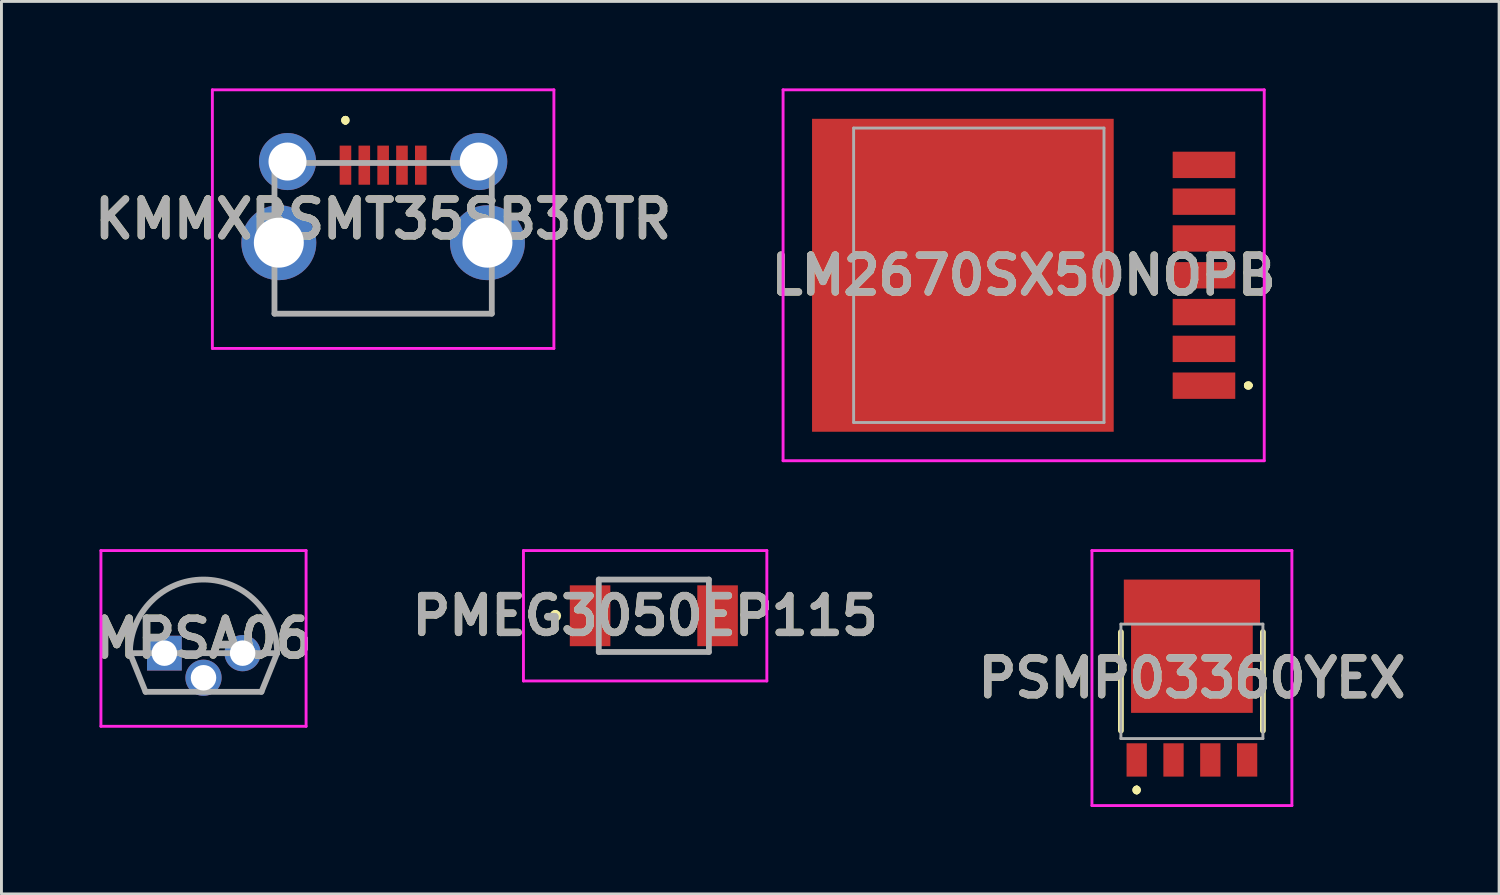
<source format=kicad_pcb>
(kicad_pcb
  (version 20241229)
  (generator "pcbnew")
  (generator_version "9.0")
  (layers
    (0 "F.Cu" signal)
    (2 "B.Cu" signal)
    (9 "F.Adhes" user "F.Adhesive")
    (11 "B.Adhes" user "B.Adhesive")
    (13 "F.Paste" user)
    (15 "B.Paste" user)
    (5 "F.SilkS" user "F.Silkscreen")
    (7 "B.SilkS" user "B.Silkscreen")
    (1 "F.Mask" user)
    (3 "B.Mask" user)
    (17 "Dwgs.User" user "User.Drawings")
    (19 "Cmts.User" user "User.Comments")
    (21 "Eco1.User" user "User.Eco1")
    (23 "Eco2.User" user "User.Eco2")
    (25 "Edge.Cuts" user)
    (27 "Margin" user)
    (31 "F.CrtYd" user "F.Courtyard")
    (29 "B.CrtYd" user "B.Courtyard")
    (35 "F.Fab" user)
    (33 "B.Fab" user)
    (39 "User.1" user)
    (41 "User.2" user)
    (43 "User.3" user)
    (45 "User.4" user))
  (footprint "PSMP03360YEX"
    (layer "F.Cu")
    (at 38.083 20.463)
    (property "Reference" "PSMP03360YEX" (at 0 -0.113 0) (layer "F.SilkS") (effects (font (size 1.27 1.27) (thickness 0.254))))
    (attr smd)
    (fp_line (start -2.45 -1.7) (end -2.45 1.7) (stroke (width 0.2) (type solid)) (layer "F.SilkS"))
    (fp_line (start -1.905 3.7) (end -1.905 3.7) (stroke (width 0.2) (type solid)) (layer "F.SilkS"))
    (fp_line (start -1.905 3.7) (end -1.905 3.7) (stroke (width 0.2) (type solid)) (layer "F.SilkS"))
    (fp_line (start -1.905 3.8) (end -1.905 3.8) (stroke (width 0.2) (type solid)) (layer "F.SilkS"))
    (fp_line (start 2.45 1.7) (end 2.45 -1.7) (stroke (width 0.2) (type solid)) (layer "F.SilkS"))
    (fp_arc (start -1.905 3.7) (mid -1.855 3.75) (end -1.905 3.8) (stroke (width 0.2) (type solid)) (layer "F.SilkS"))
    (fp_arc (start -1.905 3.8) (mid -1.955 3.75) (end -1.905 3.7) (stroke (width 0.2) (type solid)) (layer "F.SilkS"))
    (fp_arc (start -1.905 3.8) (mid -1.955 3.75) (end -1.905 3.7) (stroke (width 0.2) (type solid)) (layer "F.SilkS"))
    (fp_line (start -3.45 -4.513) (end 3.45 -4.513) (stroke (width 0.1) (type solid)) (layer "F.CrtYd"))
    (fp_line (start -3.45 4.287) (end -3.45 -4.513) (stroke (width 0.1) (type solid)) (layer "F.CrtYd"))
    (fp_line (start 3.45 -4.513) (end 3.45 4.287) (stroke (width 0.1) (type solid)) (layer "F.CrtYd"))
    (fp_line (start 3.45 4.287) (end -3.45 4.287) (stroke (width 0.1) (type solid)) (layer "F.CrtYd"))
    (fp_line (start -2.45 -1.975) (end -2.45 1.975) (stroke (width 0.1) (type solid)) (layer "F.Fab"))
    (fp_line (start -2.45 1.975) (end 2.45 1.975) (stroke (width 0.1) (type solid)) (layer "F.Fab"))
    (fp_line (start 2.45 -1.975) (end -2.45 -1.975) (stroke (width 0.1) (type solid)) (layer "F.Fab"))
    (fp_line (start 2.45 1.975) (end 2.45 -1.975) (stroke (width 0.1) (type solid)) (layer "F.Fab"))
    (fp_text user "${REFERENCE}" (at 0 -0.113 0) (layer "F.Fab") (effects (font (size 1.27 1.27) (thickness 0.254))))
    (pad "1" smd rect (at -1.905 2.713) (size 0.7 1.15) (layers "F.Cu" "F.Mask" "F.Paste"))
    (pad "2" smd rect (at -0.635 2.713) (size 0.7 1.15) (layers "F.Cu" "F.Mask" "F.Paste"))
    (pad "3" smd rect (at 0.635 2.713) (size 0.7 1.15) (layers "F.Cu" "F.Mask" "F.Paste"))
    (pad "4" smd rect (at 1.905 2.713) (size 0.7 1.15) (layers "F.Cu" "F.Mask" "F.Paste"))
    (pad "5" smd rect (at 0 -0.462 90) (size 3.1 4.2) (layers "F.Cu" "F.Mask" "F.Paste"))
    (pad "6" smd rect (at 0 -2.762 90) (size 1.5 4.7) (layers "F.Cu" "F.Mask" "F.Paste")))
  (footprint "MPSA06"
    (layer "F.Cu")
    (at 2.623 19.49)
    (property "Reference" "MPSA06" (at 1.35 -0.508 0) (layer "F.SilkS") (effects (font (size 1.27 1.27) (thickness 0.254))))
    (attr through_hole)
    (fp_line (start -1.19 0) (end -0.65 1.335) (stroke (width 0.1) (type solid)) (layer "F.SilkS"))
    (fp_line (start -0.65 1.335) (end -0.15 1.335) (stroke (width 0.1) (type solid)) (layer "F.SilkS"))
    (fp_line (start 3.35 1.335) (end 2.85 1.335) (stroke (width 0.1) (type solid)) (layer "F.SilkS"))
    (fp_line (start 3.89 0) (end 3.35 1.335) (stroke (width 0.1) (type solid)) (layer "F.SilkS"))
    (fp_line (start -2.19 -3.54) (end -2.19 2.525) (stroke (width 0.1) (type solid)) (layer "F.CrtYd"))
    (fp_line (start -2.19 2.525) (end 4.89 2.525) (stroke (width 0.1) (type solid)) (layer "F.CrtYd"))
    (fp_line (start 4.89 -3.54) (end -2.19 -3.54) (stroke (width 0.1) (type solid)) (layer "F.CrtYd"))
    (fp_line (start 4.89 2.525) (end 4.89 -3.54) (stroke (width 0.1) (type solid)) (layer "F.CrtYd"))
    (fp_line (start -1.19 0) (end -0.65 1.335) (stroke (width 0.2) (type solid)) (layer "F.Fab"))
    (fp_line (start -1.19 0) (end 3.89 0) (stroke (width 0.2) (type solid)) (layer "F.Fab"))
    (fp_line (start -0.65 1.335) (end 3.35 1.335) (stroke (width 0.2) (type solid)) (layer "F.Fab"))
    (fp_line (start 3.35 1.335) (end 3.89 0) (stroke (width 0.2) (type solid)) (layer "F.Fab"))
    (fp_line (start 3.89 0) (end 3.89 0) (stroke (width 0.2) (type solid)) (layer "F.Fab"))
    (fp_arc (start -1.19 0) (mid 1.35 -2.54) (end 3.89 0) (stroke (width 0.2) (type solid)) (layer "F.Fab"))
    (fp_text user "${REFERENCE}" (at 1.35 -0.508 0) (layer "F.Fab") (effects (font (size 1.27 1.27) (thickness 0.254))))
    (pad "1" thru_hole rect (at 0 0) (size 1.2 1.2) (drill 0.88) (layers "*.Cu" "*.Mask"))
    (pad "2" thru_hole circle (at 1.35 0.85) (size 1.25 1.25) (drill 0.88) (layers "*.Cu" "*.Mask"))
    (pad "3" thru_hole circle (at 2.7 0) (size 1.25 1.25) (drill 0.88) (layers "*.Cu" "*.Mask")))
  (footprint "PMEG3050EP115"
    (layer "F.Cu")
    (at 19.514 18.2)
    (property "Reference" "PMEG3050EP115" (at -0.3 0 0) (layer "F.SilkS") (effects (font (size 1.27 1.27) (thickness 0.254))))
    (attr smd)
    (fp_line (start -3.4 -0.1) (end -3.4 -0.1) (stroke (width 0.2) (type solid)) (layer "F.SilkS"))
    (fp_line (start -3.4 0.1) (end -3.4 0.1) (stroke (width 0.2) (type solid)) (layer "F.SilkS"))
    (fp_line (start -1.9 -1.25) (end 1.9 -1.25) (stroke (width 0.1) (type solid)) (layer "F.SilkS"))
    (fp_line (start -1.9 1.25) (end 1.9 1.25) (stroke (width 0.1) (type solid)) (layer "F.SilkS"))
    (fp_arc (start -3.4 -0.1) (mid -3.3 0) (end -3.4 0.1) (stroke (width 0.2) (type solid)) (layer "F.SilkS"))
    (fp_arc (start -3.4 0.1) (mid -3.5 0) (end -3.4 -0.1) (stroke (width 0.2) (type solid)) (layer "F.SilkS"))
    (fp_line (start -4.5 -2.25) (end 3.9 -2.25) (stroke (width 0.1) (type solid)) (layer "F.CrtYd"))
    (fp_line (start -4.5 2.25) (end -4.5 -2.25) (stroke (width 0.1) (type solid)) (layer "F.CrtYd"))
    (fp_line (start 3.9 -2.25) (end 3.9 2.25) (stroke (width 0.1) (type solid)) (layer "F.CrtYd"))
    (fp_line (start 3.9 2.25) (end -4.5 2.25) (stroke (width 0.1) (type solid)) (layer "F.CrtYd"))
    (fp_line (start -1.9 -1.25) (end 1.9 -1.25) (stroke (width 0.2) (type solid)) (layer "F.Fab"))
    (fp_line (start -1.9 1.25) (end -1.9 -1.25) (stroke (width 0.2) (type solid)) (layer "F.Fab"))
    (fp_line (start 1.9 -1.25) (end 1.9 1.25) (stroke (width 0.2) (type solid)) (layer "F.Fab"))
    (fp_line (start 1.9 1.25) (end -1.9 1.25) (stroke (width 0.2) (type solid)) (layer "F.Fab"))
    (fp_text user "${REFERENCE}" (at -0.3 0 0) (layer "F.Fab") (effects (font (size 1.27 1.27) (thickness 0.254))))
    (pad "1" smd rect (at -2.2 0) (size 1.4 2.1) (layers "F.Cu" "F.Mask" "F.Paste"))
    (pad "2" smd rect (at 2.2 0) (size 1.4 2.1) (layers "F.Cu" "F.Mask" "F.Paste")))
  (footprint "LM2670SX50NOPB"
    (layer "F.Cu")
    (at 30.179 6.45)
    (property "Reference" "LM2670SX50NOPB" (at 2.098 0 0) (layer "F.SilkS") (effects (font (size 1.27 1.27) (thickness 0.254))))
    (attr smd)
    (fp_line (start 9.8 3.8) (end 9.8 3.8) (stroke (width 0.2) (type solid)) (layer "F.SilkS"))
    (fp_line (start 9.8 3.8) (end 9.8 3.8) (stroke (width 0.2) (type solid)) (layer "F.SilkS"))
    (fp_line (start 9.9 3.8) (end 9.9 3.8) (stroke (width 0.2) (type solid)) (layer "F.SilkS"))
    (fp_arc (start 9.8 3.8) (mid 9.85 3.75) (end 9.9 3.8) (stroke (width 0.2) (type solid)) (layer "F.SilkS"))
    (fp_arc (start 9.9 3.8) (mid 9.85 3.85) (end 9.8 3.8) (stroke (width 0.2) (type solid)) (layer "F.SilkS"))
    (fp_arc (start 9.9 3.8) (mid 9.85 3.85) (end 9.8 3.8) (stroke (width 0.2) (type solid)) (layer "F.SilkS"))
    (fp_line (start -6.205 -6.4) (end 10.4 -6.4) (stroke (width 0.1) (type solid)) (layer "F.CrtYd"))
    (fp_line (start -6.205 6.4) (end -6.205 -6.4) (stroke (width 0.1) (type solid)) (layer "F.CrtYd"))
    (fp_line (start 10.4 -6.4) (end 10.4 6.4) (stroke (width 0.1) (type solid)) (layer "F.CrtYd"))
    (fp_line (start 10.4 6.4) (end -6.205 6.4) (stroke (width 0.1) (type solid)) (layer "F.CrtYd"))
    (fp_line (start -3.77 -5.08) (end 4.87 -5.08) (stroke (width 0.1) (type solid)) (layer "F.Fab"))
    (fp_line (start -3.77 5.08) (end -3.77 -5.08) (stroke (width 0.1) (type solid)) (layer "F.Fab"))
    (fp_line (start 4.87 -5.08) (end 4.87 5.08) (stroke (width 0.1) (type solid)) (layer "F.Fab"))
    (fp_line (start 4.87 5.08) (end -3.77 5.08) (stroke (width 0.1) (type solid)) (layer "F.Fab"))
    (fp_text user "${REFERENCE}" (at 2.098 0 0) (layer "F.Fab") (effects (font (size 1.27 1.27) (thickness 0.254))))
    (pad "1" smd rect (at 8.32 3.81 90) (size 0.91 2.16) (layers "F.Cu" "F.Mask" "F.Paste"))
    (pad "2" smd rect (at 8.32 2.54 90) (size 0.91 2.16) (layers "F.Cu" "F.Mask" "F.Paste"))
    (pad "3" smd rect (at 8.32 1.27 90) (size 0.91 2.16) (layers "F.Cu" "F.Mask" "F.Paste"))
    (pad "4" smd rect (at 8.32 0 90) (size 0.91 2.16) (layers "F.Cu" "F.Mask" "F.Paste"))
    (pad "5" smd rect (at 8.32 -1.27 90) (size 0.91 2.16) (layers "F.Cu" "F.Mask" "F.Paste"))
    (pad "6" smd rect (at 8.32 -2.54 90) (size 0.91 2.16) (layers "F.Cu" "F.Mask" "F.Paste"))
    (pad "7" smd rect (at 8.32 -3.81 90) (size 0.91 2.16) (layers "F.Cu" "F.Mask" "F.Paste"))
    (pad "8" smd rect (at 0 0) (size 10.41 10.8) (layers "F.Cu" "F.Mask" "F.Paste")))
  (footprint "KMMXBSMT35SB30TR"
    (layer "F.Cu")
    (at 10.172 5.325)
    (property "Reference" "KMMXBSMT35SB30TR" (at 0 -0.813 0) (layer "F.SilkS") (effects (font (size 1.27 1.27) (thickness 0.254))))
    (attr through_hole)
    (fp_line (start -3.75 2) (end -3.75 2.45) (stroke (width 0.1) (type solid)) (layer "F.SilkS"))
    (fp_line (start -3.75 2.45) (end 3.75 2.45) (stroke (width 0.1) (type solid)) (layer "F.SilkS"))
    (fp_line (start -1.3 -4.275) (end -1.3 -4.275) (stroke (width 0.2) (type solid)) (layer "F.SilkS"))
    (fp_line (start -1.3 -4.275) (end -1.3 -4.275) (stroke (width 0.2) (type solid)) (layer "F.SilkS"))
    (fp_line (start -1.3 -4.175) (end -1.3 -4.175) (stroke (width 0.2) (type solid)) (layer "F.SilkS"))
    (fp_line (start 3.75 2.45) (end 3.75 2) (stroke (width 0.1) (type solid)) (layer "F.SilkS"))
    (fp_arc (start -1.3 -4.275) (mid -1.25 -4.225) (end -1.3 -4.175) (stroke (width 0.2) (type solid)) (layer "F.SilkS"))
    (fp_arc (start -1.3 -4.175) (mid -1.35 -4.225) (end -1.3 -4.275) (stroke (width 0.2) (type solid)) (layer "F.SilkS"))
    (fp_arc (start -1.3 -4.175) (mid -1.35 -4.225) (end -1.3 -4.275) (stroke (width 0.2) (type solid)) (layer "F.SilkS"))
    (fp_line (start -5.893 -5.275) (end 5.893 -5.275) (stroke (width 0.1) (type solid)) (layer "F.CrtYd"))
    (fp_line (start -5.893 3.649) (end -5.893 -5.275) (stroke (width 0.1) (type solid)) (layer "F.CrtYd"))
    (fp_line (start 5.893 -5.275) (end 5.893 3.649) (stroke (width 0.1) (type solid)) (layer "F.CrtYd"))
    (fp_line (start 5.893 3.649) (end -5.893 3.649) (stroke (width 0.1) (type solid)) (layer "F.CrtYd"))
    (fp_line (start -3.75 -2.751) (end -3.75 2.45) (stroke (width 0.2) (type solid)) (layer "F.Fab"))
    (fp_line (start -3.75 2.45) (end 3.75 2.45) (stroke (width 0.2) (type solid)) (layer "F.Fab"))
    (fp_line (start 3.75 -2.751) (end -3.75 -2.751) (stroke (width 0.2) (type solid)) (layer "F.Fab"))
    (fp_line (start 3.75 2.45) (end 3.75 -2.751) (stroke (width 0.2) (type solid)) (layer "F.Fab"))
    (fp_text user "${REFERENCE}" (at 0 -0.813 0) (layer "F.Fab") (effects (font (size 1.27 1.27) (thickness 0.254))))
    (pad "" np_thru_hole circle (at -1.95 -1.9) (size 0.001 0.001) (drill 0.8) (layers "*.Cu" "*.Mask"))
    (pad "" np_thru_hole circle (at 1.95 -1.9) (size 0.001 0.001) (drill 0.8) (layers "*.Cu" "*.Mask"))
    (pad "1" smd rect (at -1.3 -2.675) (size 0.4 1.35) (layers "F.Cu" "F.Mask" "F.Paste"))
    (pad "2" smd rect (at -0.65 -2.675) (size 0.4 1.35) (layers "F.Cu" "F.Mask" "F.Paste"))
    (pad "3" smd rect (at 0 -2.675) (size 0.4 1.35) (layers "F.Cu" "F.Mask" "F.Paste"))
    (pad "4" smd rect (at 0.65 -2.675) (size 0.4 1.35) (layers "F.Cu" "F.Mask" "F.Paste"))
    (pad "5" smd rect (at 1.3 -2.675) (size 0.4 1.35) (layers "F.Cu" "F.Mask" "F.Paste"))
    (pad "MH1" thru_hole circle (at -3.6 0) (size 2.586 2.586) (drill 1.724) (layers "*.Cu" "*.Mask"))
    (pad "MH2" thru_hole circle (at 3.6 0) (size 2.586 2.586) (drill 1.724) (layers "*.Cu" "*.Mask"))
    (pad "MH3" thru_hole circle (at -3.3 -2.8) (size 1.969 1.969) (drill 1.312) (layers "*.Cu" "*.Mask"))
    (pad "MH4" thru_hole circle (at 3.3 -2.8) (size 1.969 1.969) (drill 1.312) (layers "*.Cu" "*.Mask")))
  (gr_rect
    (start -3 -3)
    (end 48.684 27.8)
    (stroke (width 0.1) (type default))
    (fill no)
    (layer "Edge.Cuts")))
</source>
